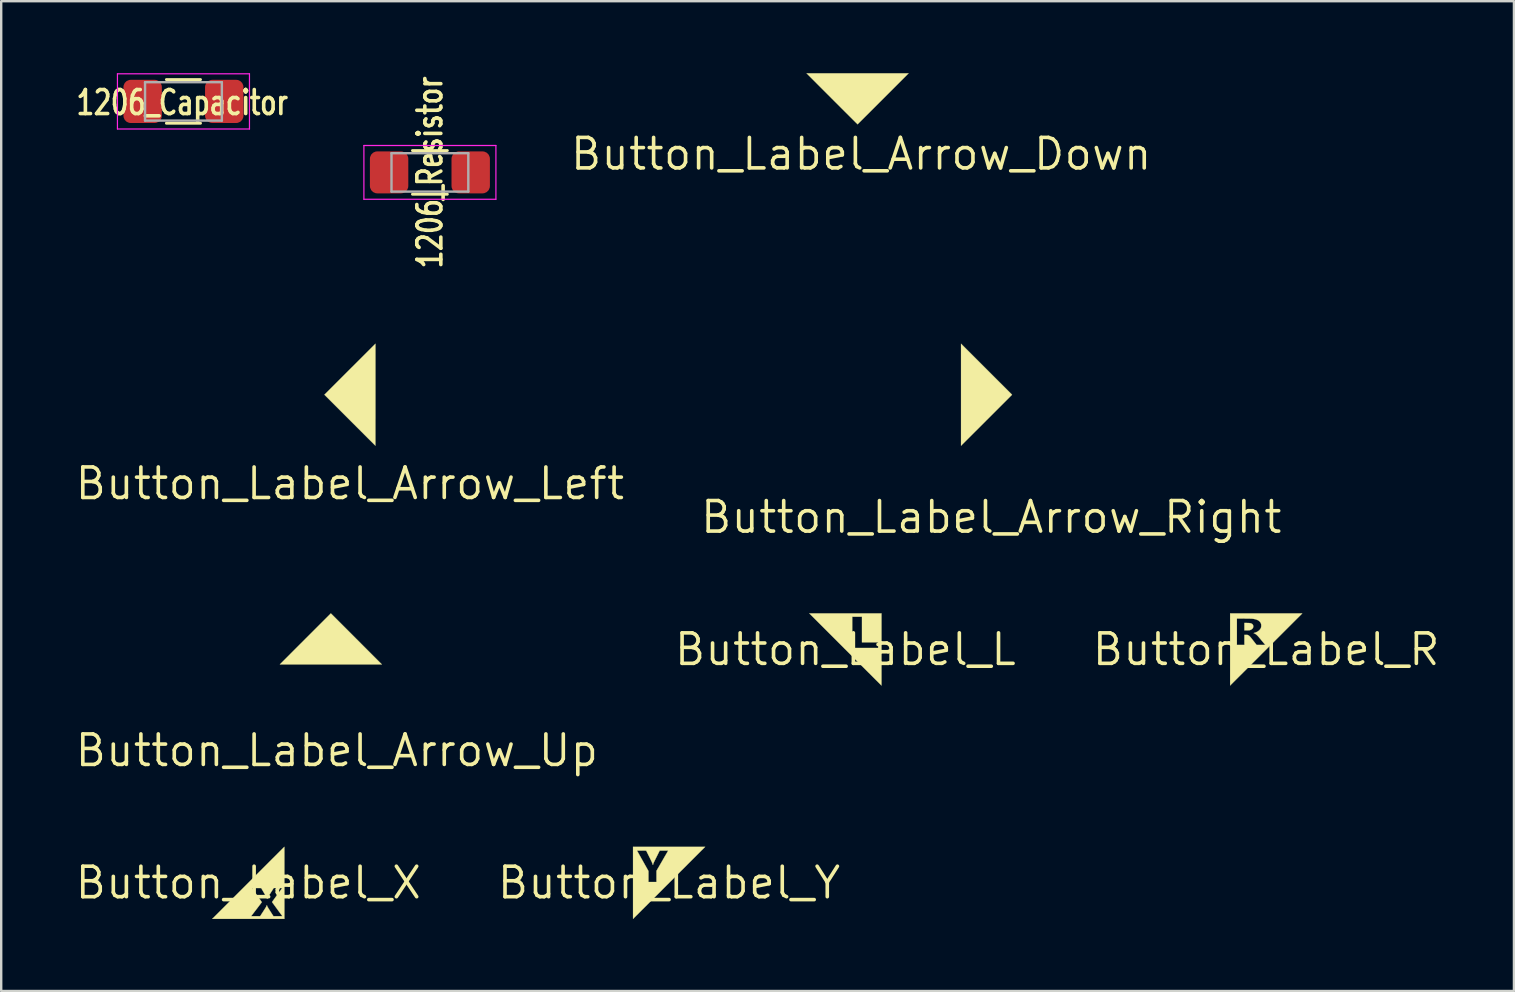
<source format=kicad_pcb>
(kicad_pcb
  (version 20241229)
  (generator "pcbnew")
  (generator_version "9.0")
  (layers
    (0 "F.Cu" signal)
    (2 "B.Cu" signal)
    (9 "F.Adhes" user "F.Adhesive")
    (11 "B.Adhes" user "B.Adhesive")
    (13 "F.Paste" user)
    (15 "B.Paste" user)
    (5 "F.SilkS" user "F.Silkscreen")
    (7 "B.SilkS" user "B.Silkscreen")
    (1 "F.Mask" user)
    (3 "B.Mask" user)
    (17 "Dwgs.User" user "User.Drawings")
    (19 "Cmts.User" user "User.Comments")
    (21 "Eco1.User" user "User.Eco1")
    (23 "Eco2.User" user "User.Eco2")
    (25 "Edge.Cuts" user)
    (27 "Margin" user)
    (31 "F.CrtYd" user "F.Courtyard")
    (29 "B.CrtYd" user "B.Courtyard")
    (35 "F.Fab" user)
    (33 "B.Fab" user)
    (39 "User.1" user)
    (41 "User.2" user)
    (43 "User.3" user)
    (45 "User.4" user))
  (footprint "Button_Label_Arrow_Left"
    (layer "F.Cu")
    (at 11.528 13.395)
    (property "Reference" "Button_Label_Arrow_Left" (at 0 3.7 0) (layer "F.SilkS") (effects (font (size 1.27 1.27) (thickness 0.15))))
    (attr through_hole)
    (fp_poly (pts (xy 1.064 -0.001) (xy 1.064 0.128) (xy 1.064 0.256) (xy 1.064 0.381) (xy 1.064 0.504) (xy 1.064 0.624) (xy 1.064 0.741) (xy 1.064 0.855) (xy 1.064 0.966) (xy 1.063 1.073) (xy 1.063 1.176) (xy 1.063 1.276) (xy 1.063 1.371) (xy 1.063 1.461) (xy 1.063 1.547) (xy 1.063 1.627) (xy 1.063 1.703) (xy 1.063 1.773) (xy 1.063 1.837) (xy 1.063 1.896) (xy 1.063 1.948) (xy 1.063 1.994) (xy 1.063 2.033) (xy 1.063 2.066) (xy 1.063 2.091) (xy 1.063 2.109) (xy 1.063 2.12) (xy 1.063 2.123) (xy 1.06 2.121) (xy 1.052 2.112) (xy 1.038 2.099) (xy 1.02 2.08) (xy 0.996 2.057) (xy 0.968 2.029) (xy 0.936 1.997) (xy 0.899 1.96) (xy 0.858 1.919) (xy 0.814 1.875) (xy 0.765 1.827) (xy 0.713 1.775) (xy 0.658 1.72) (xy 0.6 1.662) (xy 0.539 1.6) (xy 0.475 1.537) (xy 0.409 1.47) (xy 0.34 1.402) (xy 0.269 1.331) (xy 0.197 1.258) (xy 0.122 1.184) (xy 0.046 1.108) (xy -0.000001 1.062) (xy -1.062 -0.000002) (xy 0.001 -1.063) (xy 1.064 -2.125) (xy 1.064 -0.001)) (stroke (width 0.01) (type solid)) (fill yes) (layer "F.SilkS")))
  (footprint "Button_Label_R"
    (layer "F.Cu")
    (at 49.7 24.006)
    (property "Reference" "Button_Label_R" (at 0 0 0) (layer "F.SilkS") (effects (font (size 1.27 1.27) (thickness 0.15))))
    (attr through_hole)
    (fp_poly (pts (xy -0.797 -1.102) (xy -0.758 -1.101) (xy -0.726 -1.1) (xy -0.699 -1.098) (xy -0.678 -1.096) (xy -0.659 -1.093) (xy -0.643 -1.089) (xy -0.629 -1.084) (xy -0.614 -1.078) (xy -0.609 -1.076) (xy -0.581 -1.06) (xy -0.56 -1.039) (xy -0.545 -1.014) (xy -0.537 -0.984) (xy -0.536 -0.981) (xy -0.534 -0.947) (xy -0.54 -0.916) (xy -0.553 -0.887) (xy -0.571 -0.864) (xy -0.598 -0.84) (xy -0.629 -0.821) (xy -0.661 -0.807) (xy -0.671 -0.804) (xy -0.68 -0.801) (xy -0.688 -0.799) (xy -0.698 -0.798) (xy -0.711 -0.797) (xy -0.727 -0.796) (xy -0.748 -0.795) (xy -0.775 -0.795) (xy -0.799 -0.795) (xy -0.905 -0.793) (xy -0.905 -1.104) (xy -0.797 -1.102)) (stroke (width 0.01) (type solid)) (fill yes) (layer "F.SilkS"))
    (fp_poly (pts (xy 0.004 0.002) (xy -0.088 0.094) (xy -0.178 0.184) (xy -0.266 0.272) (xy -0.353 0.359) (xy -0.438 0.444) (xy -0.521 0.527) (xy -0.602 0.608) (xy -0.68 0.686) (xy -0.756 0.762) (xy -0.829 0.835) (xy -0.899 0.905) (xy -0.966 0.972) (xy -1.03 1.036) (xy -1.091 1.096) (xy -1.148 1.153) (xy -1.201 1.207) (xy -1.251 1.256) (xy -1.296 1.302) (xy -1.338 1.343) (xy -1.375 1.38) (xy -1.407 1.413) (xy -1.435 1.44) (xy -1.458 1.463) (xy -1.476 1.482) (xy -1.489 1.494) (xy -1.497 1.502) (xy -1.499 1.504) (xy -1.499 1.5) (xy -1.499 1.489) (xy -1.499 1.47) (xy -1.499 1.444) (xy -1.5 1.411) (xy -1.5 1.371) (xy -1.5 1.325) (xy -1.5 1.273) (xy -1.5 1.216) (xy -1.5 1.153) (xy -1.5 1.085) (xy -1.5 1.011) (xy -1.5 0.933) (xy -1.5 0.851) (xy -1.5 0.765) (xy -1.5 0.675) (xy -1.5 0.581) (xy -1.5 0.484) (xy -1.5 0.384) (xy -1.5 0.281) (xy -1.5 0.175) (xy -1.5 0.068) (xy -1.5 -0.187) (xy -1.218 -0.187) (xy -0.905 -0.187) (xy -0.905 -0.607) (xy -0.845 -0.607) (xy -0.815 -0.607) (xy -0.791 -0.605) (xy -0.772 -0.602) (xy -0.755 -0.596) (xy -0.739 -0.588) (xy -0.721 -0.577) (xy -0.717 -0.574) (xy -0.708 -0.567) (xy -0.699 -0.56) (xy -0.69 -0.552) (xy -0.679 -0.542) (xy -0.668 -0.529) (xy -0.655 -0.515) (xy -0.64 -0.497) (xy -0.622 -0.475) (xy -0.601 -0.449) (xy -0.577 -0.418) (xy -0.549 -0.382) (xy -0.52 -0.345) (xy -0.396 -0.187) (xy -0.035 -0.187) (xy -0.06 -0.217) (xy -0.105 -0.271) (xy -0.144 -0.319) (xy -0.18 -0.362) (xy -0.211 -0.399) (xy -0.238 -0.432) (xy -0.262 -0.461) (xy -0.283 -0.485) (xy -0.301 -0.507) (xy -0.317 -0.525) (xy -0.33 -0.54) (xy -0.342 -0.553) (xy -0.352 -0.564) (xy -0.361 -0.573) (xy -0.369 -0.581) (xy -0.37 -0.582) (xy -0.4 -0.609) (xy -0.431 -0.633) (xy -0.46 -0.651) (xy -0.487 -0.665) (xy -0.499 -0.67) (xy -0.511 -0.674) (xy -0.518 -0.677) (xy -0.52 -0.679) (xy -0.516 -0.681) (xy -0.507 -0.685) (xy -0.493 -0.689) (xy -0.483 -0.692) (xy -0.425 -0.711) (xy -0.373 -0.735) (xy -0.327 -0.764) (xy -0.286 -0.797) (xy -0.28 -0.804) (xy -0.25 -0.838) (xy -0.227 -0.875) (xy -0.211 -0.914) (xy -0.209 -0.923) (xy -0.205 -0.944) (xy -0.203 -0.97) (xy -0.203 -0.998) (xy -0.204 -1.025) (xy -0.207 -1.048) (xy -0.208 -1.054) (xy -0.223 -1.095) (xy -0.244 -1.132) (xy -0.272 -1.165) (xy -0.307 -1.194) (xy -0.348 -1.219) (xy -0.397 -1.24) (xy -0.452 -1.257) (xy -0.474 -1.262) (xy -0.491 -1.265) (xy -0.507 -1.269) (xy -0.523 -1.271) (xy -0.539 -1.274) (xy -0.556 -1.276) (xy -0.575 -1.278) (xy -0.595 -1.279) (xy -0.619 -1.28) (xy -0.646 -1.281) (xy -0.677 -1.282) (xy -0.712 -1.283) (xy -0.754 -1.283) (xy -0.801 -1.284) (xy -0.855 -1.284) (xy -0.914 -1.285) (xy -1.218 -1.287) (xy -1.218 -0.187) (xy -1.5 -0.187) (xy -1.5 -1.5) (xy 1.506 -1.5) (xy 0.004 0.002)) (stroke (width 0.01) (type solid)) (fill yes) (layer "F.SilkS")))
  (footprint "Button_Label_X"
    (layer "F.Cu")
    (at 7.295 33.729)
    (property "Reference" "Button_Label_X" (at 0 0 0) (layer "F.SilkS") (effects (font (size 1.27 1.27) (thickness 0.15))))
    (attr through_hole)
    (fp_poly (pts (xy 1.503 -1.496) (xy 1.503 -1.485) (xy 1.503 -1.466) (xy 1.503 -1.44) (xy 1.504 -1.407) (xy 1.504 -1.367) (xy 1.504 -1.321) (xy 1.504 -1.269) (xy 1.504 -1.212) (xy 1.504 -1.149) (xy 1.504 -1.081) (xy 1.504 -1.007) (xy 1.504 -0.929) (xy 1.504 -0.847) (xy 1.504 -0.761) (xy 1.504 -0.671) (xy 1.504 -0.577) (xy 1.504 -0.48) (xy 1.504 -0.38) (xy 1.504 -0.277) (xy 1.504 -0.172) (xy 1.504 -0.064) (xy 1.504 0.002) (xy 1.504 1.504) (xy -1.502 1.504) (xy -1.39 1.392) (xy 0.119 1.392) (xy 0.123 1.392) (xy 0.134 1.392) (xy 0.151 1.392) (xy 0.174 1.392) (xy 0.202 1.392) (xy 0.234 1.392) (xy 0.269 1.392) (xy 0.306 1.392) (xy 0.494 1.391) (xy 0.614 1.205) (xy 0.637 1.169) (xy 0.658 1.136) (xy 0.678 1.105) (xy 0.696 1.077) (xy 0.711 1.052) (xy 0.724 1.032) (xy 0.733 1.017) (xy 0.739 1.007) (xy 0.741 1.004) (xy 0.746 0.993) (xy 0.752 0.978) (xy 0.758 0.963) (xy 0.764 0.949) (xy 0.769 0.939) (xy 0.773 0.934) (xy 0.773 0.934) (xy 0.776 0.937) (xy 0.78 0.945) (xy 0.783 0.957) (xy 0.785 0.964) (xy 0.788 0.972) (xy 0.791 0.979) (xy 0.795 0.988) (xy 0.799 0.998) (xy 0.806 1.009) (xy 0.814 1.024) (xy 0.825 1.041) (xy 0.838 1.062) (xy 0.853 1.087) (xy 0.873 1.118) (xy 0.895 1.153) (xy 0.922 1.195) (xy 0.928 1.205) (xy 1.047 1.391) (xy 1.234 1.392) (xy 1.279 1.392) (xy 1.316 1.392) (xy 1.347 1.392) (xy 1.371 1.392) (xy 1.39 1.392) (xy 1.403 1.391) (xy 1.412 1.391) (xy 1.417 1.39) (xy 1.418 1.388) (xy 1.418 1.388) (xy 1.413 1.382) (xy 1.405 1.371) (xy 1.393 1.355) (xy 1.377 1.334) (xy 1.359 1.309) (xy 1.338 1.281) (xy 1.315 1.249) (xy 1.29 1.216) (xy 1.264 1.18) (xy 1.237 1.144) (xy 1.21 1.106) (xy 1.183 1.069) (xy 1.155 1.032) (xy 1.129 0.995) (xy 1.103 0.961) (xy 1.08 0.928) (xy 1.058 0.898) (xy 1.038 0.871) (xy 1.021 0.848) (xy 1.007 0.829) (xy 0.997 0.814) (xy 0.99 0.805) (xy 0.988 0.802) (xy 0.991 0.799) (xy 0.997 0.789) (xy 1.008 0.774) (xy 1.022 0.754) (xy 1.04 0.73) (xy 1.061 0.701) (xy 1.084 0.669) (xy 1.11 0.633) (xy 1.138 0.595) (xy 1.167 0.554) (xy 1.198 0.512) (xy 1.199 0.511) (xy 1.23 0.469) (xy 1.259 0.428) (xy 1.287 0.39) (xy 1.313 0.354) (xy 1.336 0.322) (xy 1.357 0.293) (xy 1.375 0.269) (xy 1.389 0.249) (xy 1.4 0.234) (xy 1.407 0.224) (xy 1.409 0.221) (xy 1.409 0.221) (xy 1.405 0.22) (xy 1.394 0.22) (xy 1.377 0.219) (xy 1.354 0.219) (xy 1.326 0.219) (xy 1.295 0.218) (xy 1.26 0.218) (xy 1.235 0.218) (xy 1.061 0.218) (xy 0.945 0.398) (xy 0.919 0.44) (xy 0.896 0.476) (xy 0.876 0.506) (xy 0.86 0.532) (xy 0.847 0.554) (xy 0.836 0.572) (xy 0.827 0.589) (xy 0.82 0.603) (xy 0.814 0.615) (xy 0.809 0.626) (xy 0.801 0.644) (xy 0.794 0.659) (xy 0.789 0.67) (xy 0.786 0.674) (xy 0.786 0.675) (xy 0.784 0.671) (xy 0.78 0.662) (xy 0.774 0.648) (xy 0.769 0.636) (xy 0.763 0.621) (xy 0.752 0.6) (xy 0.737 0.572) (xy 0.719 0.537) (xy 0.696 0.496) (xy 0.669 0.449) (xy 0.648 0.411) (xy 0.627 0.376) (xy 0.608 0.343) (xy 0.591 0.313) (xy 0.575 0.286) (xy 0.561 0.262) (xy 0.55 0.244) (xy 0.542 0.231) (xy 0.538 0.223) (xy 0.537 0.222) (xy 0.532 0.221) (xy 0.52 0.22) (xy 0.501 0.22) (xy 0.475 0.219) (xy 0.444 0.219) (xy 0.407 0.219) (xy 0.365 0.219) (xy 0.344 0.219) (xy 0.154 0.22) (xy 0.359 0.512) (xy 0.389 0.555) (xy 0.418 0.596) (xy 0.445 0.635) (xy 0.47 0.671) (xy 0.493 0.704) (xy 0.513 0.733) (xy 0.53 0.758) (xy 0.544 0.779) (xy 0.555 0.794) (xy 0.561 0.804) (xy 0.564 0.807) (xy 0.561 0.811) (xy 0.554 0.821) (xy 0.543 0.836) (xy 0.528 0.855) (xy 0.51 0.88) (xy 0.488 0.908) (xy 0.464 0.94) (xy 0.437 0.975) (xy 0.408 1.013) (xy 0.378 1.054) (xy 0.346 1.095) (xy 0.341 1.101) (xy 0.309 1.143) (xy 0.278 1.183) (xy 0.249 1.221) (xy 0.222 1.257) (xy 0.197 1.289) (xy 0.175 1.318) (xy 0.156 1.342) (xy 0.141 1.362) (xy 0.13 1.378) (xy 0.122 1.388) (xy 0.119 1.392) (xy 0.119 1.392) (xy -1.39 1.392) (xy 0 0.002) (xy 0.092 -0.09) (xy 0.182 -0.18) (xy 0.27 -0.268) (xy 0.357 -0.355) (xy 0.442 -0.44) (xy 0.525 -0.523) (xy 0.606 -0.604) (xy 0.684 -0.682) (xy 0.76 -0.758) (xy 0.833 -0.831) (xy 0.903 -0.901) (xy 0.97 -0.968) (xy 1.034 -1.032) (xy 1.095 -1.092) (xy 1.152 -1.149) (xy 1.205 -1.203) (xy 1.255 -1.252) (xy 1.3 -1.298) (xy 1.342 -1.339) (xy 1.379 -1.376) (xy 1.411 -1.409) (xy 1.439 -1.436) (xy 1.462 -1.46) (xy 1.48 -1.478) (xy 1.493 -1.49) (xy 1.501 -1.498) (xy 1.503 -1.5) (xy 1.503 -1.496)) (stroke (width 0.01) (type solid)) (fill yes) (layer "F.SilkS")))
  (footprint "Button_Label_Arrow_Down"
    (layer "F.Cu")
    (at 32.679 1.065)
    (property "Reference" "Button_Label_Arrow_Down" (at 0.15 2.3 0) (layer "F.SilkS") (effects (font (size 1.27 1.27) (thickness 0.15))))
    (attr through_hole)
    (fp_poly (pts (xy 1.064 0.002) (xy 0.987 0.079) (xy 0.911 0.154) (xy 0.838 0.228) (xy 0.766 0.3) (xy 0.696 0.37) (xy 0.628 0.438) (xy 0.562 0.503) (xy 0.5 0.566) (xy 0.44 0.626) (xy 0.383 0.683) (xy 0.329 0.736) (xy 0.278 0.787) (xy 0.231 0.834) (xy 0.188 0.877) (xy 0.149 0.916) (xy 0.114 0.951) (xy 0.083 0.981) (xy 0.057 1.007) (xy 0.035 1.029) (xy 0.019 1.045) (xy 0.007 1.057) (xy 0.001 1.063) (xy 0 1.064) (xy -0.003 1.061) (xy -0.011 1.053) (xy -0.025 1.039) (xy -0.043 1.021) (xy -0.067 0.997) (xy -0.095 0.97) (xy -0.127 0.937) (xy -0.164 0.9) (xy -0.205 0.86) (xy -0.25 0.815) (xy -0.298 0.767) (xy -0.35 0.715) (xy -0.405 0.66) (xy -0.463 0.602) (xy -0.525 0.541) (xy -0.588 0.477) (xy -0.655 0.411) (xy -0.724 0.342) (xy -0.794 0.271) (xy -0.867 0.198) (xy -0.942 0.124) (xy -1.018 0.048) (xy -1.064 0.002) (xy -2.125 -1.06) (xy 2.125 -1.06) (xy 1.064 0.002)) (stroke (width 0.01) (type solid)) (fill yes) (layer "F.SilkS")))
  (footprint "1206_Capacitor"
    (layer "F.Cu")
    (at 4.593 1.175)
    (property "Reference" "1206_Capacitor" (at -0.05 0.05 0) (layer "F.SilkS") (effects (font (size 1 0.75) (thickness 0.15) (bold yes))))
    (attr smd)
    (fp_line (start -0.711 -0.91) (end 0.711 -0.91) (stroke (width 0.12) (type solid)) (layer "F.SilkS"))
    (fp_line (start -0.711 0.91) (end 0.711 0.91) (stroke (width 0.12) (type solid)) (layer "F.SilkS"))
    (fp_line (start -2.75 -1.15) (end 2.75 -1.15) (stroke (width 0.05) (type solid)) (layer "F.CrtYd"))
    (fp_line (start -2.75 1.15) (end -2.75 -1.15) (stroke (width 0.05) (type solid)) (layer "F.CrtYd"))
    (fp_line (start 2.75 -1.15) (end 2.75 1.15) (stroke (width 0.05) (type solid)) (layer "F.CrtYd"))
    (fp_line (start 2.75 1.15) (end -2.75 1.15) (stroke (width 0.05) (type solid)) (layer "F.CrtYd"))
    (fp_line (start -1.6 -0.8) (end 1.6 -0.8) (stroke (width 0.1) (type solid)) (layer "F.Fab"))
    (fp_line (start -1.6 0.8) (end -1.6 -0.8) (stroke (width 0.1) (type solid)) (layer "F.Fab"))
    (fp_line (start 1.6 -0.8) (end 1.6 0.8) (stroke (width 0.1) (type solid)) (layer "F.Fab"))
    (fp_line (start 1.6 0.8) (end -1.6 0.8) (stroke (width 0.1) (type solid)) (layer "F.Fab"))
    (pad "1" smd roundrect (at -1.7 0) (size 1.6 1.8) (layers "F.Cu" "F.Mask" "F.Paste") (roundrect_rratio 0.189))
    (pad "2" smd roundrect (at 1.7 0) (size 1.6 1.8) (layers "F.Cu" "F.Mask" "F.Paste") (roundrect_rratio 0.189)))
  (footprint "Button_Label_Arrow_Up"
    (layer "F.Cu")
    (at 10.734 23.567)
    (property "Reference" "Button_Label_Arrow_Up" (at 0.25 4.65 0) (layer "F.SilkS") (effects (font (size 1.27 1.27) (thickness 0.15))))
    (attr through_hole)
    (fp_poly (pts (xy 1.063 0.001) (xy 2.125 1.064) (xy -2.125 1.064) (xy -1.063 0.001) (xy 0 -1.062) (xy 1.063 0.001)) (stroke (width 0.01) (type solid)) (fill yes) (layer "F.SilkS")))
  (footprint "Button_Label_Y"
    (layer "F.Cu")
    (at 24.824 33.729)
    (property "Reference" "Button_Label_Y" (at 0 0 0) (layer "F.SilkS") (effects (font (size 1.27 1.27) (thickness 0.15))))
    (attr through_hole)
    (fp_poly (pts (xy 0.004 0.002) (xy -0.088 0.094) (xy -0.178 0.184) (xy -0.266 0.272) (xy -0.353 0.359) (xy -0.438 0.444) (xy -0.521 0.527) (xy -0.602 0.608) (xy -0.68 0.686) (xy -0.756 0.762) (xy -0.829 0.835) (xy -0.899 0.905) (xy -0.966 0.972) (xy -1.03 1.036) (xy -1.091 1.096) (xy -1.148 1.153) (xy -1.201 1.207) (xy -1.251 1.256) (xy -1.296 1.302) (xy -1.338 1.343) (xy -1.375 1.38) (xy -1.407 1.413) (xy -1.435 1.44) (xy -1.458 1.463) (xy -1.476 1.482) (xy -1.489 1.494) (xy -1.497 1.502) (xy -1.499 1.504) (xy -1.499 1.5) (xy -1.499 1.489) (xy -1.499 1.47) (xy -1.499 1.444) (xy -1.5 1.411) (xy -1.5 1.371) (xy -1.5 1.325) (xy -1.5 1.273) (xy -1.5 1.216) (xy -1.5 1.153) (xy -1.5 1.085) (xy -1.5 1.011) (xy -1.5 0.933) (xy -1.5 0.851) (xy -1.5 0.765) (xy -1.5 0.675) (xy -1.5 0.581) (xy -1.5 0.484) (xy -1.5 0.384) (xy -1.5 0.281) (xy -1.5 0.175) (xy -1.5 0.068) (xy -1.5 -1.338) (xy -1.333 -1.338) (xy -1.331 -1.334) (xy -1.325 -1.324) (xy -1.316 -1.308) (xy -1.304 -1.286) (xy -1.288 -1.258) (xy -1.27 -1.226) (xy -1.25 -1.19) (xy -1.227 -1.149) (xy -1.203 -1.106) (xy -1.176 -1.058) (xy -1.149 -1.009) (xy -1.119 -0.957) (xy -1.094 -0.912) (xy -0.857 -0.489) (xy -0.857 -0.032) (xy -0.524 -0.032) (xy -0.524 -0.497) (xy -0.281 -0.916) (xy -0.251 -0.969) (xy -0.221 -1.021) (xy -0.193 -1.07) (xy -0.166 -1.116) (xy -0.141 -1.159) (xy -0.118 -1.198) (xy -0.098 -1.233) (xy -0.08 -1.264) (xy -0.065 -1.291) (xy -0.053 -1.312) (xy -0.044 -1.327) (xy -0.038 -1.336) (xy -0.037 -1.338) (xy -0.04 -1.339) (xy -0.051 -1.34) (xy -0.068 -1.34) (xy -0.091 -1.341) (xy -0.118 -1.341) (xy -0.149 -1.341) (xy -0.184 -1.341) (xy -0.212 -1.341) (xy -0.389 -1.341) (xy -0.513 -1.092) (xy -0.539 -1.04) (xy -0.562 -0.995) (xy -0.581 -0.956) (xy -0.598 -0.922) (xy -0.612 -0.893) (xy -0.624 -0.868) (xy -0.634 -0.847) (xy -0.641 -0.829) (xy -0.648 -0.814) (xy -0.653 -0.8) (xy -0.657 -0.789) (xy -0.66 -0.778) (xy -0.662 -0.768) (xy -0.663 -0.765) (xy -0.666 -0.753) (xy -0.67 -0.745) (xy -0.672 -0.743) (xy -0.675 -0.747) (xy -0.679 -0.758) (xy -0.684 -0.772) (xy -0.69 -0.79) (xy -0.69 -0.792) (xy -0.694 -0.802) (xy -0.698 -0.814) (xy -0.703 -0.828) (xy -0.71 -0.844) (xy -0.718 -0.862) (xy -0.728 -0.885) (xy -0.741 -0.911) (xy -0.756 -0.942) (xy -0.773 -0.977) (xy -0.793 -1.019) (xy -0.817 -1.067) (xy -0.828 -1.089) (xy -0.952 -1.339) (xy -1.143 -1.34) (xy -1.181 -1.341) (xy -1.216 -1.341) (xy -1.249 -1.341) (xy -1.277 -1.34) (xy -1.3 -1.34) (xy -1.317 -1.339) (xy -1.329 -1.339) (xy -1.333 -1.338) (xy -1.333 -1.338) (xy -1.5 -1.338) (xy -1.5 -1.5) (xy 1.506 -1.5) (xy 0.004 0.002)) (stroke (width 0.01) (type solid)) (fill yes) (layer "F.SilkS")))
  (footprint "Button_Label_Arrow_Right"
    (layer "F.Cu")
    (at 38.049 13.395)
    (property "Reference" "Button_Label_Arrow_Right" (at 0.2 5.1 0) (layer "F.SilkS") (effects (font (size 1.27 1.27) (thickness 0.15))))
    (attr through_hole)
    (fp_poly (pts (xy 1.066 0) (xy 0.003 1.063) (xy -1.06 2.125) (xy -1.06 -2.125) (xy 1.066 0)) (stroke (width 0.01) (type solid)) (fill yes) (layer "F.SilkS")))
  (footprint "1206_Resistor"
    (layer "F.Cu")
    (at 14.861 4.132)
    (property "Reference" "1206_Resistor" (at 0 0 90) (unlocked yes) (layer "F.SilkS") (effects (font (size 1 0.75) (thickness 0.15) (bold yes))))
    (attr smd)
    (fp_line (start -0.727 -0.91) (end 0.727 -0.91) (stroke (width 0.12) (type solid)) (layer "F.SilkS"))
    (fp_line (start -0.727 0.91) (end 0.727 0.91) (stroke (width 0.12) (type solid)) (layer "F.SilkS"))
    (fp_line (start -2.75 -1.12) (end 2.75 -1.12) (stroke (width 0.05) (type solid)) (layer "F.CrtYd"))
    (fp_line (start -2.75 1.12) (end -2.75 -1.12) (stroke (width 0.05) (type solid)) (layer "F.CrtYd"))
    (fp_line (start 2.75 -1.12) (end 2.75 1.12) (stroke (width 0.05) (type solid)) (layer "F.CrtYd"))
    (fp_line (start 2.75 1.12) (end -2.75 1.12) (stroke (width 0.05) (type solid)) (layer "F.CrtYd"))
    (fp_line (start -1.6 -0.8) (end 1.6 -0.8) (stroke (width 0.1) (type solid)) (layer "F.Fab"))
    (fp_line (start -1.6 0.8) (end -1.6 -0.8) (stroke (width 0.1) (type solid)) (layer "F.Fab"))
    (fp_line (start 1.6 -0.8) (end 1.6 0.8) (stroke (width 0.1) (type solid)) (layer "F.Fab"))
    (fp_line (start 1.6 0.8) (end -1.6 0.8) (stroke (width 0.1) (type solid)) (layer "F.Fab"))
    (pad "1" smd roundrect (at -1.7 0) (size 1.6 1.75) (layers "F.Cu" "F.Mask" "F.Paste") (roundrect_rratio 0.192))
    (pad "2" smd roundrect (at 1.7 0) (size 1.6 1.75) (layers "F.Cu" "F.Mask" "F.Paste") (roundrect_rratio 0.192)))
  (footprint "Button_Label_L"
    (layer "F.Cu")
    (at 32.171 24.006)
    (property "Reference" "Button_Label_L" (at 0 0 0) (layer "F.SilkS") (effects (font (size 1.27 1.27) (thickness 0.15))))
    (attr through_hole)
    (fp_poly (pts (xy 1.504 0.002) (xy 1.504 0.111) (xy 1.504 0.217) (xy 1.504 0.322) (xy 1.504 0.424) (xy 1.504 0.522) (xy 1.504 0.618) (xy 1.504 0.711) (xy 1.504 0.799) (xy 1.504 0.884) (xy 1.504 0.965) (xy 1.504 1.041) (xy 1.504 1.112) (xy 1.504 1.178) (xy 1.504 1.239) (xy 1.504 1.295) (xy 1.504 1.344) (xy 1.504 1.387) (xy 1.503 1.424) (xy 1.503 1.455) (xy 1.503 1.478) (xy 1.503 1.494) (xy 1.503 1.503) (xy 1.503 1.504) (xy 1.5 1.501) (xy 1.492 1.493) (xy 1.478 1.48) (xy 1.46 1.461) (xy 1.436 1.437) (xy 1.408 1.409) (xy 1.375 1.376) (xy 1.337 1.338) (xy 1.295 1.297) (xy 1.249 1.251) (xy 1.199 1.201) (xy 1.145 1.147) (xy 1.088 1.089) (xy 1.027 1.028) (xy 0.962 0.964) (xy 0.895 0.897) (xy 0.824 0.826) (xy 0.751 0.753) (xy 0.675 0.677) (xy 0.596 0.598) (xy 0.515 0.517) (xy 0.432 0.434) (xy 0.347 0.349) (xy 0.26 0.262) (xy 0.171 0.173) (xy 0.081 0.083) (xy 0 0.002) (xy -1.363 -1.361) (xy 0.286 -1.361) (xy 0.286 -0.06) (xy 1.365 -0.06) (xy 1.365 -0.294) (xy 0.691 -0.294) (xy 0.691 -1.361) (xy 0.286 -1.361) (xy -1.363 -1.361) (xy -1.502 -1.5) (xy 1.504 -1.5) (xy 1.504 0.002)) (stroke (width 0.01) (type solid)) (fill yes) (layer "F.SilkS")))
  (gr_rect
    (start -3 -3)
    (end 60.025 38.238)
    (stroke (width 0.1) (type default))
    (fill no)
    (layer "Edge.Cuts")))
</source>
